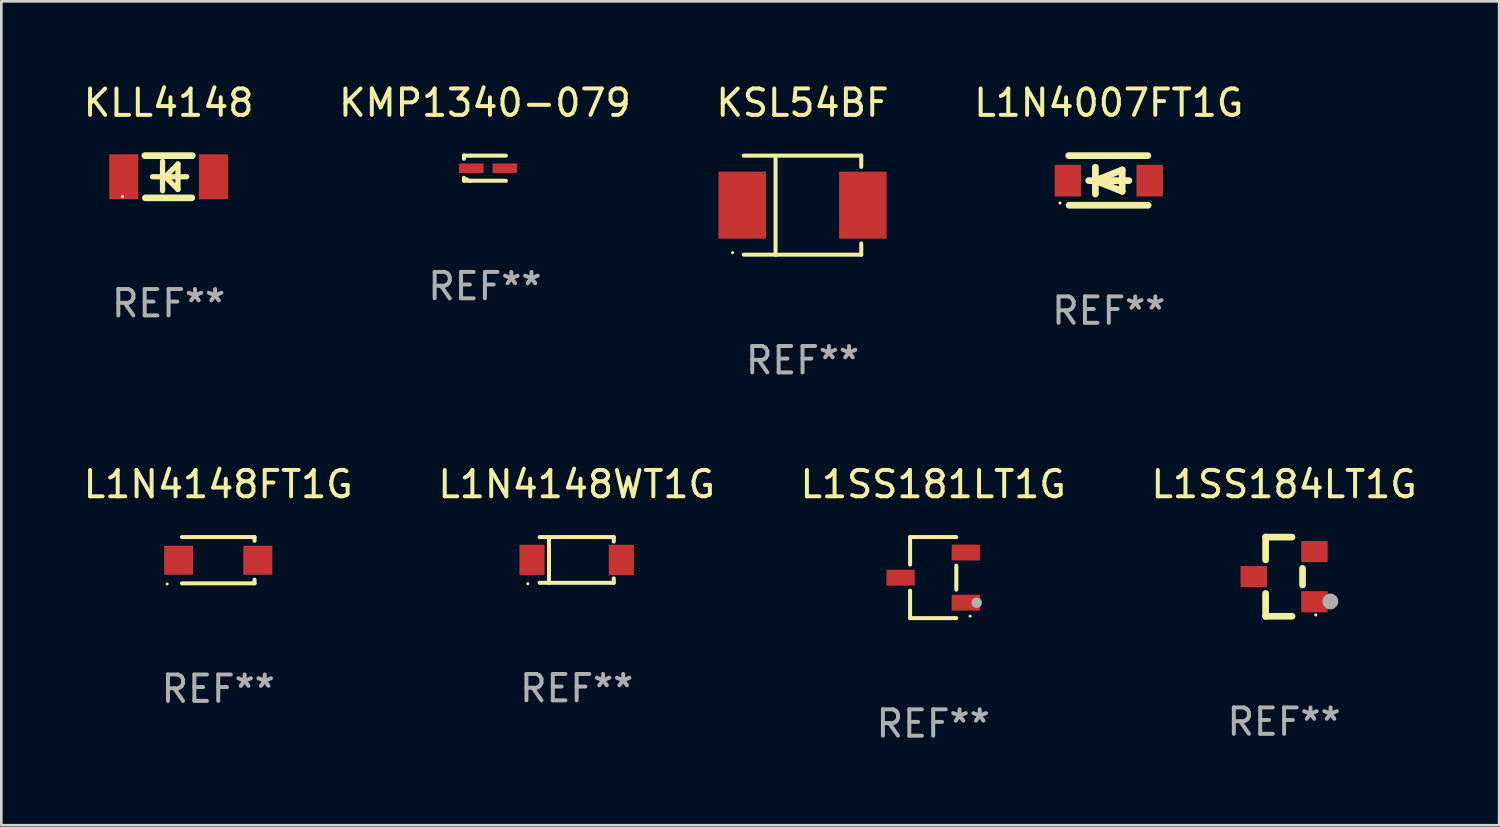
<source format=kicad_pcb>
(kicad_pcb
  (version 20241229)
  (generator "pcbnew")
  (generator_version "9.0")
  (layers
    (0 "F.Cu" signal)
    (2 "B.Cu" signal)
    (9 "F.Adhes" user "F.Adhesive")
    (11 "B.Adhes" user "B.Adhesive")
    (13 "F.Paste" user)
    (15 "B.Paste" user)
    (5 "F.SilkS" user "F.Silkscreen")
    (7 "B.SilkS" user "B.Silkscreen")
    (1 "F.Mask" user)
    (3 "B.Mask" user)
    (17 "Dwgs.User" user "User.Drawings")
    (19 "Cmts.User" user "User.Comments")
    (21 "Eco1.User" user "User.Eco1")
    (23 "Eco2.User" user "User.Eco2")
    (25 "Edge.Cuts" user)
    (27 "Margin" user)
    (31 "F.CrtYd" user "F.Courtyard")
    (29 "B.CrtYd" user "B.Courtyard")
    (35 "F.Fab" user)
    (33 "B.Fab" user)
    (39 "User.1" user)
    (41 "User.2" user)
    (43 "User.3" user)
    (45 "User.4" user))
  (footprint "KSL54BF"
    (layer "F.Cu")
    (at 27.363 4.728)
    (property "Reference" "KSL54BF" (at 0 -3.88 0) (layer "F.SilkS") (effects (font (size 1 1) (thickness 0.15))))
    (attr through_hole)
    (fp_line (start -2.226 -1.88) (end 2.226 -1.88) (stroke (width 0.152) (type solid)) (layer "F.SilkS"))
    (fp_line (start -2.226 1.873) (end 2.226 1.873) (stroke (width 0.152) (type solid)) (layer "F.SilkS"))
    (fp_line (start -1.022 -1.873) (end -1.022 1.88) (stroke (width 0.152) (type solid)) (layer "F.SilkS"))
    (fp_line (start 2.226 -1.88) (end 2.226 -1.453) (stroke (width 0.152) (type solid)) (layer "F.SilkS"))
    (fp_line (start 2.226 1.447) (end 2.226 1.873) (stroke (width 0.152) (type solid)) (layer "F.SilkS"))
    (fp_circle (center -2.65 1.797) (end -2.62 1.797) (stroke (width 0.06) (type solid)) (fill no) (layer "F.SilkS"))
    (fp_text user "REF**" (at 0 5.88 0) (layer "F.Fab") (effects (font (size 1 1) (thickness 0.15))))
    (pad "1" smd rect (at -2.285 -0.003) (size 1.8 2.54) (layers "F.Cu" "F.Mask" "F.Paste"))
    (pad "2" smd rect (at 2.285 -0.003) (size 1.8 2.54) (layers "F.Cu" "F.Mask" "F.Paste")))
  (footprint "L1SS181LT1G"
    (layer "F.Cu")
    (at 32.315 18.84)
    (property "Reference" "L1SS181LT1G" (at 0 -3.536 0) (layer "F.SilkS") (effects (font (size 1 1) (thickness 0.15))))
    (attr through_hole)
    (fp_line (start -0.876 -1.536) (end -0.876 -0.495) (stroke (width 0.152) (type solid)) (layer "F.SilkS"))
    (fp_line (start -0.876 1.536) (end -0.876 0.495) (stroke (width 0.152) (type solid)) (layer "F.SilkS"))
    (fp_line (start 0.876 -1.536) (end -0.876 -1.536) (stroke (width 0.152) (type solid)) (layer "F.SilkS"))
    (fp_line (start 0.876 -0.455) (end 0.876 0.455) (stroke (width 0.152) (type solid)) (layer "F.SilkS"))
    (fp_line (start 0.876 1.536) (end -0.876 1.536) (stroke (width 0.152) (type solid)) (layer "F.SilkS"))
    (fp_circle (center 1.4 1.46) (end 1.43 1.46) (stroke (width 0.06) (type solid)) (fill no) (layer "F.SilkS"))
    (fp_circle (center 1.651 0.95) (end 1.751 0.95) (stroke (width 0.2) (type solid)) (fill no) (layer "F.Fab"))
    (fp_text user "REF**" (at 0 5.536 0) (layer "F.Fab") (effects (font (size 1 1) (thickness 0.15))))
    (pad "1" smd rect (at 1.235 0.95) (size 1.07 0.6) (layers "F.Cu" "F.Mask" "F.Paste"))
    (pad "2" smd rect (at 1.235 -0.95) (size 1.07 0.6) (layers "F.Cu" "F.Mask" "F.Paste"))
    (pad "3" smd rect (at -1.235 0) (size 1.07 0.6) (layers "F.Cu" "F.Mask" "F.Paste")))
  (footprint "KLL4148"
    (layer "F.Cu")
    (at 3.339 3.648)
    (property "Reference" "KLL4148" (at 0 -2.8 0) (layer "F.SilkS") (effects (font (size 1 1) (thickness 0.15))))
    (attr through_hole)
    (fp_line (start -0.9 -0.8) (end 0.9 -0.8) (stroke (width 0.254) (type solid)) (layer "F.SilkS"))
    (fp_line (start -0.878 0.8) (end 0.878 0.8) (stroke (width 0.254) (type solid)) (layer "F.SilkS"))
    (fp_line (start -0.61 0) (end 0.686 0) (stroke (width 0.2) (type solid)) (layer "F.SilkS"))
    (fp_line (start -0.229 -0.584) (end -0.229 0.533) (stroke (width 0.2) (type solid)) (layer "F.SilkS"))
    (fp_line (start -0.127 0) (end 0.356 -0.483) (stroke (width 0.2) (type solid)) (layer "F.SilkS"))
    (fp_line (start 0.356 -0.483) (end 0.356 0.483) (stroke (width 0.2) (type solid)) (layer "F.SilkS"))
    (fp_line (start 0.356 0.483) (end -0.102 0.025) (stroke (width 0.2) (type solid)) (layer "F.SilkS"))
    (fp_circle (center -1.746 0.75) (end -1.716 0.75) (stroke (width 0.06) (type solid)) (fill no) (layer "F.SilkS"))
    (fp_text user "REF**" (at 0 4.8 0) (layer "F.Fab") (effects (font (size 1 1) (thickness 0.15))))
    (pad "1" smd rect (at -1.7 0 180) (size 1.1 1.7) (layers "F.Cu" "F.Mask" "F.Paste"))
    (pad "2" smd rect (at 1.7 0 180) (size 1.1 1.7) (layers "F.Cu" "F.Mask" "F.Paste")))
  (footprint "KMP1340-079"
    (layer "F.Cu")
    (at 15.327 3.324)
    (property "Reference" "KMP1340-079" (at 0 -2.476 0) (layer "F.SilkS") (effects (font (size 1 1) (thickness 0.15))))
    (attr through_hole)
    (fp_line (start -0.795 -0.476) (end -0.795 -0.356) (stroke (width 0.152) (type solid)) (layer "F.SilkS"))
    (fp_line (start -0.795 0.363) (end -0.795 0.476) (stroke (width 0.152) (type solid)) (layer "F.SilkS"))
    (fp_line (start -0.795 0.476) (end -0.557 0.476) (stroke (width 0.152) (type solid)) (layer "F.SilkS"))
    (fp_line (start -0.557 -0.476) (end -0.795 -0.476) (stroke (width 0.152) (type solid)) (layer "F.SilkS"))
    (fp_line (start -0.557 -0.476) (end 0.795 -0.476) (stroke (width 0.152) (type solid)) (layer "F.SilkS"))
    (fp_line (start -0.557 0.476) (end 0.795 0.476) (stroke (width 0.152) (type solid)) (layer "F.SilkS"))
    (fp_circle (center -0.681 0.4) (end -0.651 0.4) (stroke (width 0.06) (type solid)) (fill no) (layer "F.SilkS"))
    (fp_text user "REF**" (at 0 4.476 0) (layer "F.Fab") (effects (font (size 1 1) (thickness 0.15))))
    (pad "1" smd rect (at -0.516 0 180) (size 0.93 0.36) (layers "F.Cu" "F.Mask" "F.Paste"))
    (pad "2" smd rect (at 0.754 0 180) (size 0.93 0.36) (layers "F.Cu" "F.Mask" "F.Paste")))
  (footprint "L1SS184LT1G"
    (layer "F.Cu")
    (at 45.613 18.804)
    (property "Reference" "L1SS184LT1G" (at 0 -3.5 0) (layer "F.SilkS") (effects (font (size 1 1) (thickness 0.15))))
    (attr through_hole)
    (fp_line (start -0.7 -1.5) (end 0.3 -1.5) (stroke (width 0.254) (type solid)) (layer "F.SilkS"))
    (fp_line (start -0.7 -0.636) (end -0.7 -1.5) (stroke (width 0.254) (type solid)) (layer "F.SilkS"))
    (fp_line (start -0.7 1.5) (end -0.7 0.636) (stroke (width 0.254) (type solid)) (layer "F.SilkS"))
    (fp_line (start -0.7 1.5) (end 0.3 1.5) (stroke (width 0.254) (type solid)) (layer "F.SilkS"))
    (fp_line (start 0.7 0.314) (end 0.7 -0.314) (stroke (width 0.254) (type solid)) (layer "F.SilkS"))
    (fp_circle (center 1.2 1.45) (end 1.23 1.45) (stroke (width 0.06) (type solid)) (fill no) (layer "F.SilkS"))
    (fp_circle (center 1.753 0.94) (end 1.903 0.94) (stroke (width 0.3) (type solid)) (fill no) (layer "F.Fab"))
    (fp_text user "REF**" (at 0 5.5 0) (layer "F.Fab") (effects (font (size 1 1) (thickness 0.15))))
    (pad "1" smd rect (at 1.15 0.95 180) (size 1 0.8) (layers "F.Cu" "F.Mask" "F.Paste"))
    (pad "2" smd rect (at 1.15 -0.95 180) (size 1 0.8) (layers "F.Cu" "F.Mask" "F.Paste"))
    (pad "3" smd rect (at -1.15 -0.000051 180) (size 1 0.8) (layers "F.Cu" "F.Mask" "F.Paste")))
  (footprint "L1N4007FT1G"
    (layer "F.Cu")
    (at 38.97 3.788)
    (property "Reference" "L1N4007FT1G" (at 0 -2.94 0) (layer "F.SilkS") (effects (font (size 1 1) (thickness 0.15))))
    (attr through_hole)
    (fp_line (start -1.52 -0.94) (end 1.48 -0.94) (stroke (width 0.254) (type solid)) (layer "F.SilkS"))
    (fp_line (start -1.507 0.94) (end 1.493 0.94) (stroke (width 0.254) (type solid)) (layer "F.SilkS"))
    (fp_line (start -0.762 0.007) (end 0.762 0.007) (stroke (width 0.254) (type solid)) (layer "F.SilkS"))
    (fp_line (start -0.508 -0.501) (end -0.508 0.515) (stroke (width 0.254) (type solid)) (layer "F.SilkS"))
    (fp_line (start -0.508 0.007) (end 0.508 -0.4) (stroke (width 0.254) (type solid)) (layer "F.SilkS"))
    (fp_line (start 0.508 -0.4) (end 0.508 0.413) (stroke (width 0.254) (type solid)) (layer "F.SilkS"))
    (fp_line (start 0.508 0.413) (end -0.508 0.007) (stroke (width 0.254) (type solid)) (layer "F.SilkS"))
    (fp_circle (center -1.85 0.857) (end -1.82 0.857) (stroke (width 0.06) (type solid)) (fill no) (layer "F.SilkS"))
    (fp_text user "REF**" (at 0 4.94 0) (layer "F.Fab") (effects (font (size 1 1) (thickness 0.15))))
    (pad "1" smd rect (at -1.55 0.007) (size 1 1.2) (layers "F.Cu" "F.Mask" "F.Paste"))
    (pad "2" smd rect (at 1.55 0.007) (size 1 1.2) (layers "F.Cu" "F.Mask" "F.Paste")))
  (footprint "L1N4148FT1G"
    (layer "F.Cu")
    (at 5.22 18.18)
    (property "Reference" "L1N4148FT1G" (at 0 -2.876 0) (layer "F.SilkS") (effects (font (size 1 1) (thickness 0.15))))
    (attr through_hole)
    (fp_line (start -1.376 -0.876) (end 1.376 -0.876) (stroke (width 0.152) (type solid)) (layer "F.SilkS"))
    (fp_line (start -1.376 0.876) (end 1.376 0.876) (stroke (width 0.152) (type solid)) (layer "F.SilkS"))
    (fp_line (start 1.376 -0.876) (end 1.375 -0.735) (stroke (width 0.152) (type solid)) (layer "F.SilkS"))
    (fp_line (start 1.376 0.876) (end 1.375 0.735) (stroke (width 0.152) (type solid)) (layer "F.SilkS"))
    (fp_circle (center -1.936 0.9) (end -1.906 0.9) (stroke (width 0.06) (type solid)) (fill no) (layer "F.SilkS"))
    (fp_text user "REF**" (at 0 4.876 0) (layer "F.Fab") (effects (font (size 1 1) (thickness 0.15))))
    (pad "1" smd rect (at -1.5 0.000127 180) (size 1.1 1.1) (layers "F.Cu" "F.Mask" "F.Paste"))
    (pad "2" smd rect (at 1.5 0.000127 180) (size 1.1 1.1) (layers "F.Cu" "F.Mask" "F.Paste")))
  (footprint "L1N4148WT1G"
    (layer "F.Cu")
    (at 18.804 18.17)
    (property "Reference" "L1N4148WT1G" (at 0 -2.866 0) (layer "F.SilkS") (effects (font (size 1 1) (thickness 0.15))))
    (attr through_hole)
    (fp_line (start -1.406 -0.866) (end 1.406 -0.866) (stroke (width 0.152) (type solid)) (layer "F.SilkS"))
    (fp_line (start -1.406 0.866) (end 1.406 0.866) (stroke (width 0.152) (type solid)) (layer "F.SilkS"))
    (fp_line (start -1.049 -0.866) (end -1.049 0.866) (stroke (width 0.152) (type solid)) (layer "F.SilkS"))
    (fp_line (start 1.406 -0.866) (end 1.406 -0.698) (stroke (width 0.152) (type solid)) (layer "F.SilkS"))
    (fp_line (start 1.406 0.866) (end 1.406 0.698) (stroke (width 0.152) (type solid)) (layer "F.SilkS"))
    (fp_circle (center -1.851 0.9) (end -1.821 0.9) (stroke (width 0.06) (type solid)) (fill no) (layer "F.SilkS"))
    (fp_text user "REF**" (at 0 4.866 0) (layer "F.Fab") (effects (font (size 1 1) (thickness 0.15))))
    (pad "1" smd rect (at -1.692 0) (size 0.95 1.15) (layers "F.Cu" "F.Mask" "F.Paste"))
    (pad "2" smd rect (at 1.692 0) (size 0.95 1.15) (layers "F.Cu" "F.Mask" "F.Paste")))
  (gr_rect
    (start -3 -3)
    (end 53.762 28.225)
    (stroke (width 0.1) (type default))
    (fill no)
    (layer "Edge.Cuts")))
</source>
